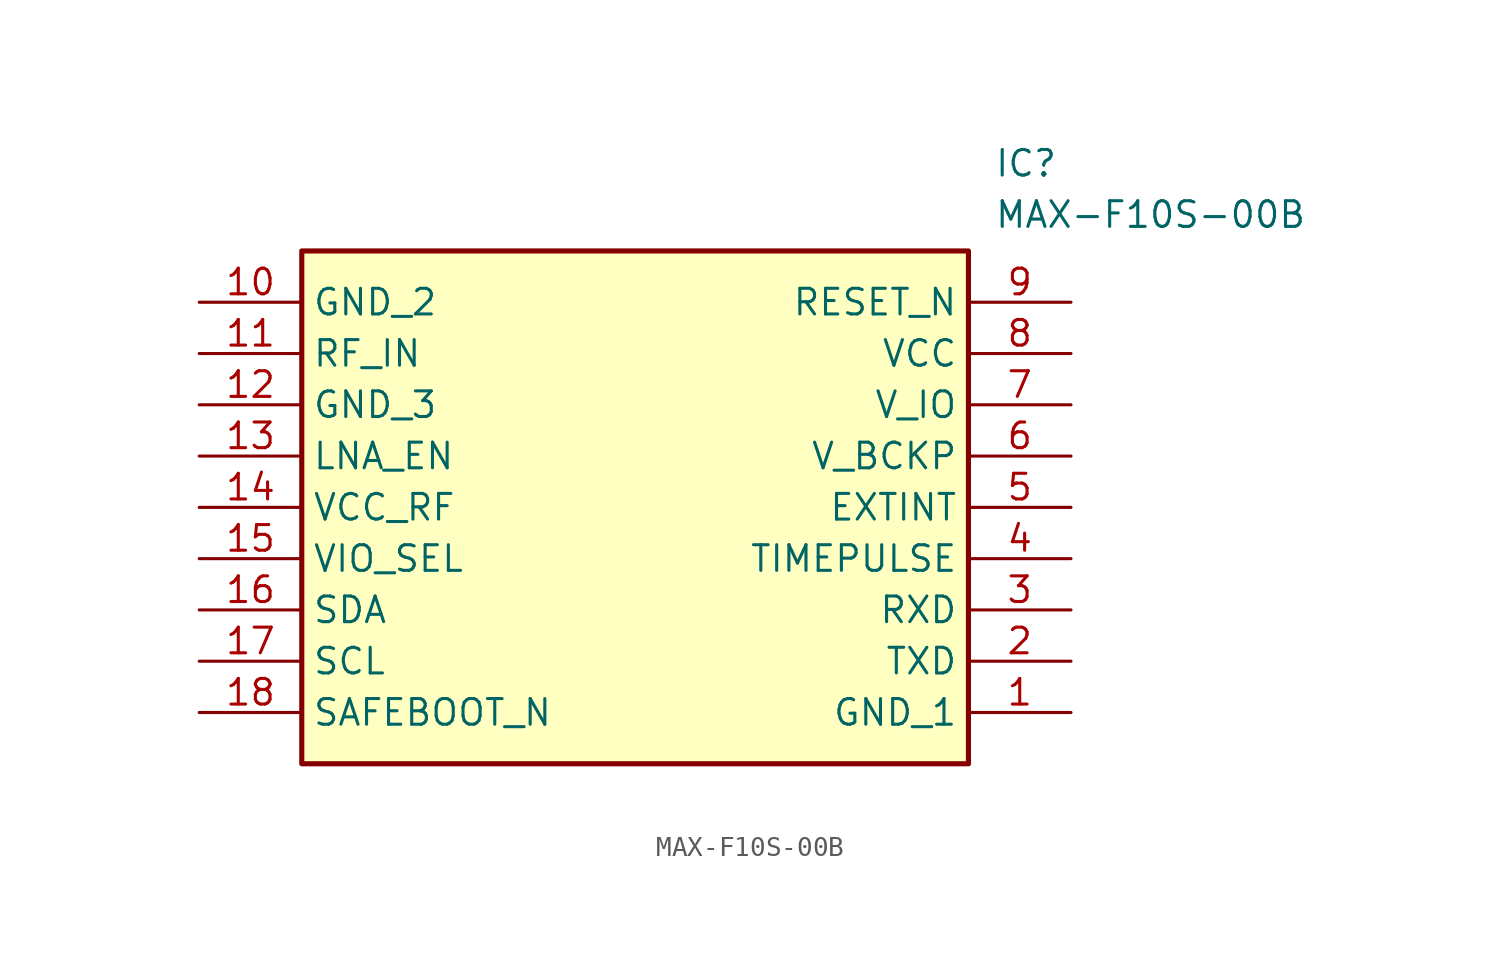
<source format=kicad_sym>
(kicad_symbol_lib
  (version 20211014)
  (generator SamacSys_ECAD_Model)
  (symbol "MAX-F10S-00B"
    (property "Reference" "IC"
      (at 39.37 7.62 0)
      (effects (font (size 1.27 1.27)) (justify left top)))
    (property "Value" "MAX-F10S-00B"
      (at 39.37 5.08 0)
      (effects (font (size 1.27 1.27)) (justify left top)))
    (rectangle
      (start 5.08 2.54)
      (end 38.1 -22.86)
      (stroke (width 0.254) (type default))
      (fill (type background)))
    (pin passive line
      (at 43.18 -20.32 180)
      (length 5.08)
      (name "GND_1" (effects (font (size 1.27 1.27))))
      (number "1" (effects (font (size 1.27 1.27)))))
    (pin passive line
      (at 43.18 -17.78 180)
      (length 5.08)
      (name "TXD" (effects (font (size 1.27 1.27))))
      (number "2" (effects (font (size 1.27 1.27)))))
    (pin passive line
      (at 43.18 -15.24 180)
      (length 5.08)
      (name "RXD" (effects (font (size 1.27 1.27))))
      (number "3" (effects (font (size 1.27 1.27)))))
    (pin passive line
      (at 43.18 -12.7 180)
      (length 5.08)
      (name "TIMEPULSE" (effects (font (size 1.27 1.27))))
      (number "4" (effects (font (size 1.27 1.27)))))
    (pin passive line
      (at 43.18 -10.16 180)
      (length 5.08)
      (name "EXTINT" (effects (font (size 1.27 1.27))))
      (number "5" (effects (font (size 1.27 1.27)))))
    (pin passive line
      (at 43.18 -7.62 180)
      (length 5.08)
      (name "V_BCKP" (effects (font (size 1.27 1.27))))
      (number "6" (effects (font (size 1.27 1.27)))))
    (pin passive line
      (at 43.18 -5.08 180)
      (length 5.08)
      (name "V_IO" (effects (font (size 1.27 1.27))))
      (number "7" (effects (font (size 1.27 1.27)))))
    (pin passive line
      (at 43.18 -2.54 180)
      (length 5.08)
      (name "VCC" (effects (font (size 1.27 1.27))))
      (number "8" (effects (font (size 1.27 1.27)))))
    (pin passive line
      (at 43.18 0 180)
      (length 5.08)
      (name "RESET_N" (effects (font (size 1.27 1.27))))
      (number "9" (effects (font (size 1.27 1.27)))))
    (pin passive line
      (at 0 0 0)
      (length 5.08)
      (name "GND_2" (effects (font (size 1.27 1.27))))
      (number "10" (effects (font (size 1.27 1.27)))))
    (pin passive line
      (at 0 -2.54 0)
      (length 5.08)
      (name "RF_IN" (effects (font (size 1.27 1.27))))
      (number "11" (effects (font (size 1.27 1.27)))))
    (pin passive line
      (at 0 -5.08 0)
      (length 5.08)
      (name "GND_3" (effects (font (size 1.27 1.27))))
      (number "12" (effects (font (size 1.27 1.27)))))
    (pin passive line
      (at 0 -7.62 0)
      (length 5.08)
      (name "LNA_EN" (effects (font (size 1.27 1.27))))
      (number "13" (effects (font (size 1.27 1.27)))))
    (pin passive line
      (at 0 -10.16 0)
      (length 5.08)
      (name "VCC_RF" (effects (font (size 1.27 1.27))))
      (number "14" (effects (font (size 1.27 1.27)))))
    (pin passive line
      (at 0 -12.7 0)
      (length 5.08)
      (name "VIO_SEL" (effects (font (size 1.27 1.27))))
      (number "15" (effects (font (size 1.27 1.27)))))
    (pin passive line
      (at 0 -15.24 0)
      (length 5.08)
      (name "SDA" (effects (font (size 1.27 1.27))))
      (number "16" (effects (font (size 1.27 1.27)))))
    (pin passive line
      (at 0 -17.78 0)
      (length 5.08)
      (name "SCL" (effects (font (size 1.27 1.27))))
      (number "17" (effects (font (size 1.27 1.27)))))
    (pin passive line
      (at 0 -20.32 0)
      (length 5.08)
      (name "SAFEBOOT_N" (effects (font (size 1.27 1.27))))
      (number "18" (effects (font (size 1.27 1.27)))))))
</source>
